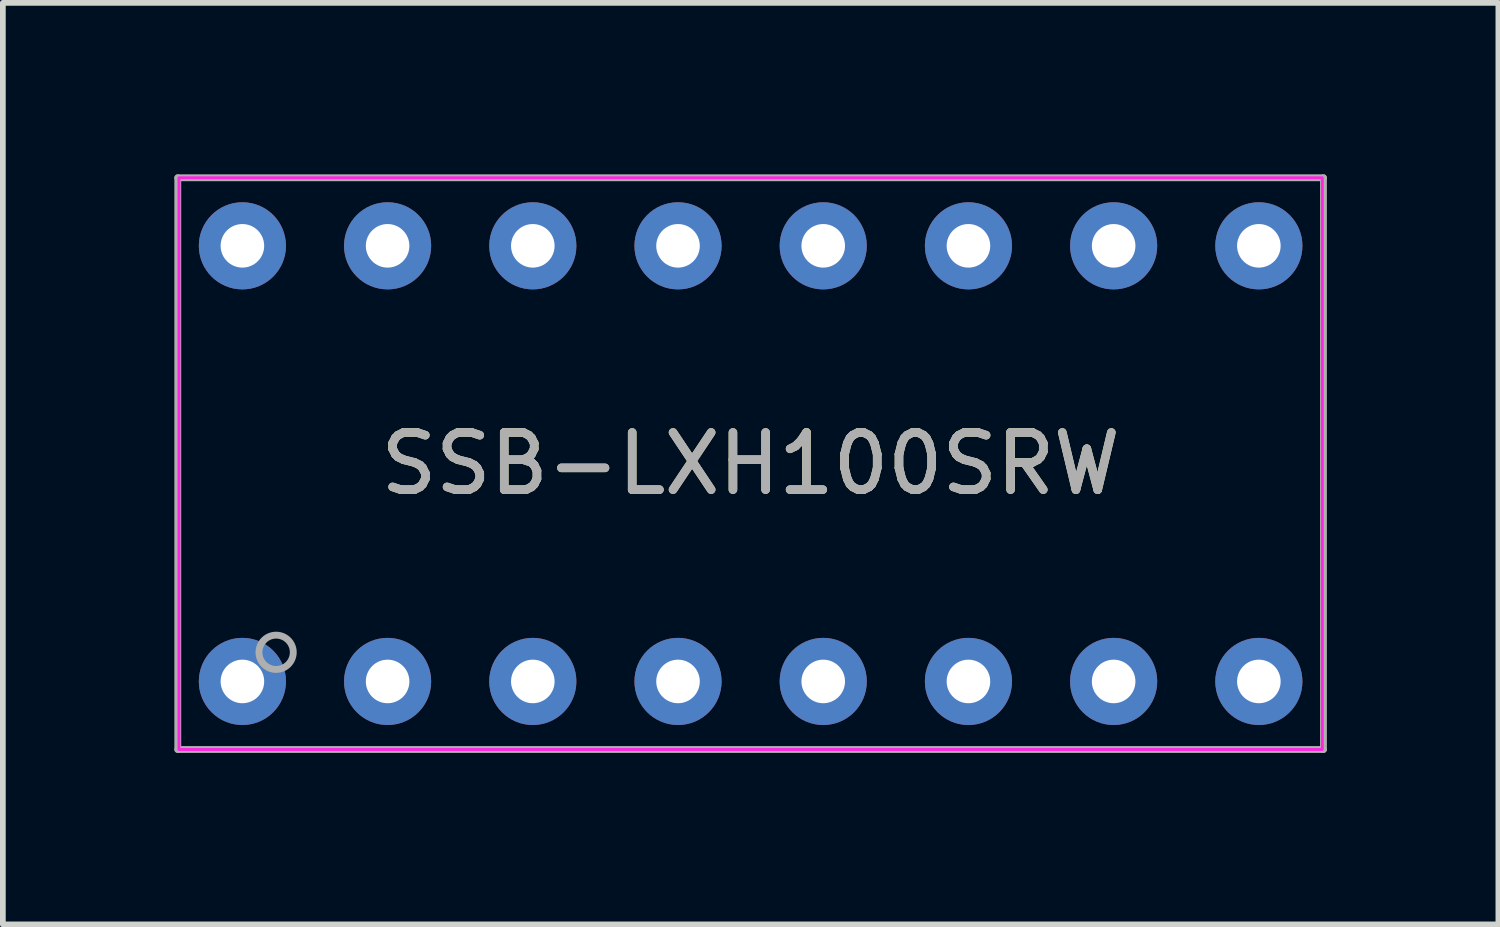
<source format=kicad_pcb>
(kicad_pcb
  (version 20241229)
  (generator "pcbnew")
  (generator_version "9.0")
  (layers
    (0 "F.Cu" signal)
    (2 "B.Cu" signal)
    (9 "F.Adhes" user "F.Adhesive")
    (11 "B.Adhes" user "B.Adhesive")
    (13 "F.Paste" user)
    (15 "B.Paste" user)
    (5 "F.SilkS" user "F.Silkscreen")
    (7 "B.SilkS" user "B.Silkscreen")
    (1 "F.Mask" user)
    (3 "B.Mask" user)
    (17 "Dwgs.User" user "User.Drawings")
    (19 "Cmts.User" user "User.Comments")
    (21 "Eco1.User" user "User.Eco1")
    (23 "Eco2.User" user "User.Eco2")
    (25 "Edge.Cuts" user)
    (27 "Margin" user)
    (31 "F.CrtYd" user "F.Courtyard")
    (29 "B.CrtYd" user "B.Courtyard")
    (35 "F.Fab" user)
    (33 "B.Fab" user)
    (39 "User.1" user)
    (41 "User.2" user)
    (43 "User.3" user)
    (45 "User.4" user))
  (footprint "SSB-LXH100SRW"
    (layer "F.Cu")
    (at 10.08 5.06)
    (property "Reference" "SSB-LXH100SRW" (at 0 0 0) (layer "F.SilkS") (effects (font (size 1 1) (thickness 0.15))))
    (attr through_hole)
    (fp_rect (start -10 -5) (end 10 5) (stroke (width 0.05) (type default)) (fill no) (layer "F.CrtYd"))
    (fp_line (start -10.02 -5) (end 10.02 -5) (stroke (width 0.12) (type solid)) (layer "F.Fab"))
    (fp_line (start -10.02 5) (end -10.02 -5) (stroke (width 0.12) (type solid)) (layer "F.Fab"))
    (fp_line (start -10.02 5) (end 10.02 5) (stroke (width 0.12) (type solid)) (layer "F.Fab"))
    (fp_line (start 10.02 -5) (end 10.02 5) (stroke (width 0.12) (type solid)) (layer "F.Fab"))
    (fp_circle (center -8.3 3.3) (end -8 3.3) (stroke (width 0.12) (type solid)) (fill no) (layer "F.Fab"))
    (fp_text user "${REFERENCE}" (at 0 0 0) (layer "F.Fab") (effects (font (size 1 1) (thickness 0.15))))
    (pad "1" thru_hole circle (at -8.89 3.81) (size 1.524 1.524) (drill 0.762) (layers "*.Cu" "*.Mask"))
    (pad "2" thru_hole circle (at -6.35 3.81) (size 1.524 1.524) (drill 0.762) (layers "*.Cu" "*.Mask"))
    (pad "3" thru_hole circle (at -3.81 3.81) (size 1.524 1.524) (drill 0.762) (layers "*.Cu" "*.Mask"))
    (pad "4" thru_hole circle (at -1.27 3.81) (size 1.524 1.524) (drill 0.762) (layers "*.Cu" "*.Mask"))
    (pad "5" thru_hole circle (at 1.27 3.81) (size 1.524 1.524) (drill 0.762) (layers "*.Cu" "*.Mask"))
    (pad "6" thru_hole circle (at 3.81 3.81) (size 1.524 1.524) (drill 0.762) (layers "*.Cu" "*.Mask"))
    (pad "7" thru_hole circle (at 6.35 3.81) (size 1.524 1.524) (drill 0.762) (layers "*.Cu" "*.Mask"))
    (pad "8" thru_hole circle (at 8.89 3.81) (size 1.524 1.524) (drill 0.762) (layers "*.Cu" "*.Mask"))
    (pad "9" thru_hole circle (at 8.89 -3.81) (size 1.524 1.524) (drill 0.762) (layers "*.Cu" "*.Mask"))
    (pad "10" thru_hole circle (at 6.35 -3.81) (size 1.524 1.524) (drill 0.762) (layers "*.Cu" "*.Mask"))
    (pad "11" thru_hole circle (at 3.81 -3.81) (size 1.524 1.524) (drill 0.762) (layers "*.Cu" "*.Mask"))
    (pad "12" thru_hole circle (at 1.27 -3.81) (size 1.524 1.524) (drill 0.762) (layers "*.Cu" "*.Mask"))
    (pad "13" thru_hole circle (at -1.27 -3.81) (size 1.524 1.524) (drill 0.762) (layers "*.Cu" "*.Mask"))
    (pad "14" thru_hole circle (at -3.81 -3.81) (size 1.524 1.524) (drill 0.762) (layers "*.Cu" "*.Mask"))
    (pad "15" thru_hole circle (at -6.35 -3.81) (size 1.524 1.524) (drill 0.762) (layers "*.Cu" "*.Mask"))
    (pad "16" thru_hole circle (at -8.89 -3.81) (size 1.524 1.524) (drill 0.762) (layers "*.Cu" "*.Mask")))
  (gr_rect
    (start -3 -3)
    (end 23.16 13.12)
    (stroke (width 0.1) (type default))
    (fill no)
    (layer "Edge.Cuts")))
</source>
